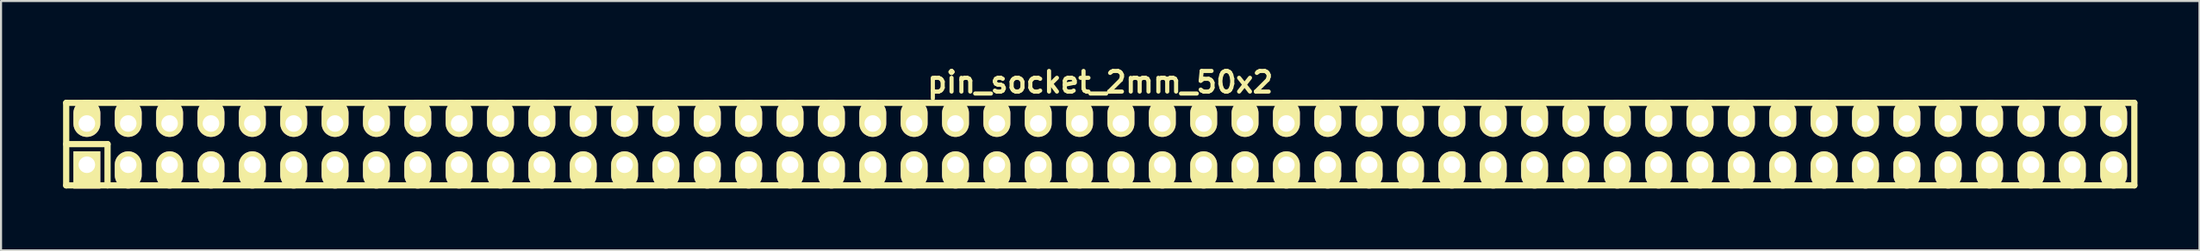
<source format=kicad_pcb>
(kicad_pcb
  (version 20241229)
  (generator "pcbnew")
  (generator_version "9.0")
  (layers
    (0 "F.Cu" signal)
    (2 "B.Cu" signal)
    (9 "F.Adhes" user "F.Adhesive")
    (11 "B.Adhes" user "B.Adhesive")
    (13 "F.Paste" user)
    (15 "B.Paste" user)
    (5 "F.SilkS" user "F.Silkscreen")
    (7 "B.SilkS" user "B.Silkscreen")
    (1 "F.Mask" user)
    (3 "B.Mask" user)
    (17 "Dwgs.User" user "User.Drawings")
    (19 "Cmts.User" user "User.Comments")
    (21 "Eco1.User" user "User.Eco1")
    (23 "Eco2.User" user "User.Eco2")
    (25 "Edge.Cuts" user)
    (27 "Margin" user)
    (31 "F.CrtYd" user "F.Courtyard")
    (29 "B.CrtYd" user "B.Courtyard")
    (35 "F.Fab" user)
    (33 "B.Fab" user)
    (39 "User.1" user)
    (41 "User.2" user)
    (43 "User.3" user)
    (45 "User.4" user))
  (footprint "pin_socket_2mm_50x2"
    (layer "F.Cu")
    (at 50.15 3.936)
    (property "Reference" "pin_socket_2mm_50x2" (at 0 -3 0) (layer "F.SilkS") (effects (font (size 1 1) (thickness 0.2))))
    (attr through_hole)
    (fp_line (start -50 -2) (end 50 -2) (stroke (width 0.3) (type solid)) (layer "F.SilkS"))
    (fp_line (start -50 0) (end -48 0) (stroke (width 0.3) (type solid)) (layer "F.SilkS"))
    (fp_line (start -50 2) (end -50 -2) (stroke (width 0.3) (type solid)) (layer "F.SilkS"))
    (fp_line (start -48 0) (end -48 2) (stroke (width 0.3) (type solid)) (layer "F.SilkS"))
    (fp_line (start 50 -2) (end 50 2) (stroke (width 0.3) (type solid)) (layer "F.SilkS"))
    (fp_line (start 50 2) (end -50 2) (stroke (width 0.3) (type solid)) (layer "F.SilkS"))
    (pad "1" thru_hole rect (at -49 1) (size 1.3 1.8) (drill 0.8 (offset 0 0.25)) (layers "*.Cu" "*.Mask" "F.SilkS"))
    (pad "2" thru_hole oval (at -49 -1) (size 1.3 1.8) (drill 0.8 (offset 0 -0.25)) (layers "*.Cu" "*.Mask" "F.SilkS"))
    (pad "3" thru_hole oval (at -47 1) (size 1.3 1.8) (drill 0.8 (offset 0 0.25)) (layers "*.Cu" "*.Mask" "F.SilkS"))
    (pad "4" thru_hole oval (at -47 -1) (size 1.3 1.8) (drill 0.8 (offset 0 -0.25)) (layers "*.Cu" "*.Mask" "F.SilkS"))
    (pad "5" thru_hole oval (at -45 1) (size 1.3 1.8) (drill 0.8 (offset 0 0.25)) (layers "*.Cu" "*.Mask" "F.SilkS"))
    (pad "6" thru_hole oval (at -45 -1) (size 1.3 1.8) (drill 0.8 (offset 0 -0.25)) (layers "*.Cu" "*.Mask" "F.SilkS"))
    (pad "7" thru_hole oval (at -43 1) (size 1.3 1.8) (drill 0.8 (offset 0 0.25)) (layers "*.Cu" "*.Mask" "F.SilkS"))
    (pad "8" thru_hole oval (at -43 -1) (size 1.3 1.8) (drill 0.8 (offset 0 -0.25)) (layers "*.Cu" "*.Mask" "F.SilkS"))
    (pad "9" thru_hole oval (at -41 1) (size 1.3 1.8) (drill 0.8 (offset 0 0.25)) (layers "*.Cu" "*.Mask" "F.SilkS"))
    (pad "10" thru_hole oval (at -41 -1) (size 1.3 1.8) (drill 0.8 (offset 0 -0.25)) (layers "*.Cu" "*.Mask" "F.SilkS"))
    (pad "11" thru_hole oval (at -39 1) (size 1.3 1.8) (drill 0.8 (offset 0 0.25)) (layers "*.Cu" "*.Mask" "F.SilkS"))
    (pad "12" thru_hole oval (at -39 -1) (size 1.3 1.8) (drill 0.8 (offset 0 -0.25)) (layers "*.Cu" "*.Mask" "F.SilkS"))
    (pad "13" thru_hole oval (at -37 1) (size 1.3 1.8) (drill 0.8 (offset 0 0.25)) (layers "*.Cu" "*.Mask" "F.SilkS"))
    (pad "14" thru_hole oval (at -37 -1) (size 1.3 1.8) (drill 0.8 (offset 0 -0.25)) (layers "*.Cu" "*.Mask" "F.SilkS"))
    (pad "15" thru_hole oval (at -35 1) (size 1.3 1.8) (drill 0.8 (offset 0 0.25)) (layers "*.Cu" "*.Mask" "F.SilkS"))
    (pad "16" thru_hole oval (at -35 -1) (size 1.3 1.8) (drill 0.8 (offset 0 -0.25)) (layers "*.Cu" "*.Mask" "F.SilkS"))
    (pad "17" thru_hole oval (at -33 1) (size 1.3 1.8) (drill 0.8 (offset 0 0.25)) (layers "*.Cu" "*.Mask" "F.SilkS"))
    (pad "18" thru_hole oval (at -33 -1) (size 1.3 1.8) (drill 0.8 (offset 0 -0.25)) (layers "*.Cu" "*.Mask" "F.SilkS"))
    (pad "19" thru_hole oval (at -31 1) (size 1.3 1.8) (drill 0.8 (offset 0 0.25)) (layers "*.Cu" "*.Mask" "F.SilkS"))
    (pad "20" thru_hole oval (at -31 -1) (size 1.3 1.8) (drill 0.8 (offset 0 -0.25)) (layers "*.Cu" "*.Mask" "F.SilkS"))
    (pad "21" thru_hole oval (at -29 1) (size 1.3 1.8) (drill 0.8 (offset 0 0.25)) (layers "*.Cu" "*.Mask" "F.SilkS"))
    (pad "22" thru_hole oval (at -29 -1) (size 1.3 1.8) (drill 0.8 (offset 0 -0.25)) (layers "*.Cu" "*.Mask" "F.SilkS"))
    (pad "23" thru_hole oval (at -27 1) (size 1.3 1.8) (drill 0.8 (offset 0 0.25)) (layers "*.Cu" "*.Mask" "F.SilkS"))
    (pad "24" thru_hole oval (at -27 -1) (size 1.3 1.8) (drill 0.8 (offset 0 -0.25)) (layers "*.Cu" "*.Mask" "F.SilkS"))
    (pad "25" thru_hole oval (at -25 1) (size 1.3 1.8) (drill 0.8 (offset 0 0.25)) (layers "*.Cu" "*.Mask" "F.SilkS"))
    (pad "26" thru_hole oval (at -25 -1) (size 1.3 1.8) (drill 0.8 (offset 0 -0.25)) (layers "*.Cu" "*.Mask" "F.SilkS"))
    (pad "27" thru_hole oval (at -23 1) (size 1.3 1.8) (drill 0.8 (offset 0 0.25)) (layers "*.Cu" "*.Mask" "F.SilkS"))
    (pad "28" thru_hole oval (at -23 -1) (size 1.3 1.8) (drill 0.8 (offset 0 -0.25)) (layers "*.Cu" "*.Mask" "F.SilkS"))
    (pad "29" thru_hole oval (at -21 1) (size 1.3 1.8) (drill 0.8 (offset 0 0.25)) (layers "*.Cu" "*.Mask" "F.SilkS"))
    (pad "30" thru_hole oval (at -21 -1) (size 1.3 1.8) (drill 0.8 (offset 0 -0.25)) (layers "*.Cu" "*.Mask" "F.SilkS"))
    (pad "31" thru_hole oval (at -19 1) (size 1.3 1.8) (drill 0.8 (offset 0 0.25)) (layers "*.Cu" "*.Mask" "F.SilkS"))
    (pad "32" thru_hole oval (at -19 -1) (size 1.3 1.8) (drill 0.8 (offset 0 -0.25)) (layers "*.Cu" "*.Mask" "F.SilkS"))
    (pad "33" thru_hole oval (at -17 1) (size 1.3 1.8) (drill 0.8 (offset 0 0.25)) (layers "*.Cu" "*.Mask" "F.SilkS"))
    (pad "34" thru_hole oval (at -17 -1) (size 1.3 1.8) (drill 0.8 (offset 0 -0.25)) (layers "*.Cu" "*.Mask" "F.SilkS"))
    (pad "35" thru_hole oval (at -15 1) (size 1.3 1.8) (drill 0.8 (offset 0 0.25)) (layers "*.Cu" "*.Mask" "F.SilkS"))
    (pad "36" thru_hole oval (at -15 -1) (size 1.3 1.8) (drill 0.8 (offset 0 -0.25)) (layers "*.Cu" "*.Mask" "F.SilkS"))
    (pad "37" thru_hole oval (at -13 1) (size 1.3 1.8) (drill 0.8 (offset 0 0.25)) (layers "*.Cu" "*.Mask" "F.SilkS"))
    (pad "38" thru_hole oval (at -13 -1) (size 1.3 1.8) (drill 0.8 (offset 0 -0.25)) (layers "*.Cu" "*.Mask" "F.SilkS"))
    (pad "39" thru_hole oval (at -11 1) (size 1.3 1.8) (drill 0.8 (offset 0 0.25)) (layers "*.Cu" "*.Mask" "F.SilkS"))
    (pad "40" thru_hole oval (at -11 -1) (size 1.3 1.8) (drill 0.8 (offset 0 -0.25)) (layers "*.Cu" "*.Mask" "F.SilkS"))
    (pad "41" thru_hole oval (at -9 1) (size 1.3 1.8) (drill 0.8 (offset 0 0.25)) (layers "*.Cu" "*.Mask" "F.SilkS"))
    (pad "42" thru_hole oval (at -9 -1) (size 1.3 1.8) (drill 0.8 (offset 0 -0.25)) (layers "*.Cu" "*.Mask" "F.SilkS"))
    (pad "43" thru_hole oval (at -7 1) (size 1.3 1.8) (drill 0.8 (offset 0 0.25)) (layers "*.Cu" "*.Mask" "F.SilkS"))
    (pad "44" thru_hole oval (at -7 -1) (size 1.3 1.8) (drill 0.8 (offset 0 -0.25)) (layers "*.Cu" "*.Mask" "F.SilkS"))
    (pad "45" thru_hole oval (at -5 1) (size 1.3 1.8) (drill 0.8 (offset 0 0.25)) (layers "*.Cu" "*.Mask" "F.SilkS"))
    (pad "46" thru_hole oval (at -5 -1) (size 1.3 1.8) (drill 0.8 (offset 0 -0.25)) (layers "*.Cu" "*.Mask" "F.SilkS"))
    (pad "47" thru_hole oval (at -3 1) (size 1.3 1.8) (drill 0.8 (offset 0 0.25)) (layers "*.Cu" "*.Mask" "F.SilkS"))
    (pad "48" thru_hole oval (at -3 -1) (size 1.3 1.8) (drill 0.8 (offset 0 -0.25)) (layers "*.Cu" "*.Mask" "F.SilkS"))
    (pad "49" thru_hole oval (at -1 1) (size 1.3 1.8) (drill 0.8 (offset 0 0.25)) (layers "*.Cu" "*.Mask" "F.SilkS"))
    (pad "50" thru_hole oval (at -1 -1) (size 1.3 1.8) (drill 0.8 (offset 0 -0.25)) (layers "*.Cu" "*.Mask" "F.SilkS"))
    (pad "51" thru_hole oval (at 1 1) (size 1.3 1.8) (drill 0.8 (offset 0 0.25)) (layers "*.Cu" "*.Mask" "F.SilkS"))
    (pad "52" thru_hole oval (at 1 -1) (size 1.3 1.8) (drill 0.8 (offset 0 -0.25)) (layers "*.Cu" "*.Mask" "F.SilkS"))
    (pad "53" thru_hole oval (at 3 1) (size 1.3 1.8) (drill 0.8 (offset 0 0.25)) (layers "*.Cu" "*.Mask" "F.SilkS"))
    (pad "54" thru_hole oval (at 3 -1) (size 1.3 1.8) (drill 0.8 (offset 0 -0.25)) (layers "*.Cu" "*.Mask" "F.SilkS"))
    (pad "55" thru_hole oval (at 5 1) (size 1.3 1.8) (drill 0.8 (offset 0 0.25)) (layers "*.Cu" "*.Mask" "F.SilkS"))
    (pad "56" thru_hole oval (at 5 -1) (size 1.3 1.8) (drill 0.8 (offset 0 -0.25)) (layers "*.Cu" "*.Mask" "F.SilkS"))
    (pad "57" thru_hole oval (at 7 1) (size 1.3 1.8) (drill 0.8 (offset 0 0.25)) (layers "*.Cu" "*.Mask" "F.SilkS"))
    (pad "58" thru_hole oval (at 7 -1) (size 1.3 1.8) (drill 0.8 (offset 0 -0.25)) (layers "*.Cu" "*.Mask" "F.SilkS"))
    (pad "59" thru_hole oval (at 9 1) (size 1.3 1.8) (drill 0.8 (offset 0 0.25)) (layers "*.Cu" "*.Mask" "F.SilkS"))
    (pad "60" thru_hole oval (at 9 -1) (size 1.3 1.8) (drill 0.8 (offset 0 -0.25)) (layers "*.Cu" "*.Mask" "F.SilkS"))
    (pad "61" thru_hole oval (at 11 1) (size 1.3 1.8) (drill 0.8 (offset 0 0.25)) (layers "*.Cu" "*.Mask" "F.SilkS"))
    (pad "62" thru_hole oval (at 11 -1) (size 1.3 1.8) (drill 0.8 (offset 0 -0.25)) (layers "*.Cu" "*.Mask" "F.SilkS"))
    (pad "63" thru_hole oval (at 13 1) (size 1.3 1.8) (drill 0.8 (offset 0 0.25)) (layers "*.Cu" "*.Mask" "F.SilkS"))
    (pad "64" thru_hole oval (at 13 -1) (size 1.3 1.8) (drill 0.8 (offset 0 -0.25)) (layers "*.Cu" "*.Mask" "F.SilkS"))
    (pad "65" thru_hole oval (at 15 1) (size 1.3 1.8) (drill 0.8 (offset 0 0.25)) (layers "*.Cu" "*.Mask" "F.SilkS"))
    (pad "66" thru_hole oval (at 15 -1) (size 1.3 1.8) (drill 0.8 (offset 0 -0.25)) (layers "*.Cu" "*.Mask" "F.SilkS"))
    (pad "67" thru_hole oval (at 17 1) (size 1.3 1.8) (drill 0.8 (offset 0 0.25)) (layers "*.Cu" "*.Mask" "F.SilkS"))
    (pad "68" thru_hole oval (at 17 -1) (size 1.3 1.8) (drill 0.8 (offset 0 -0.25)) (layers "*.Cu" "*.Mask" "F.SilkS"))
    (pad "69" thru_hole oval (at 19 1) (size 1.3 1.8) (drill 0.8 (offset 0 0.25)) (layers "*.Cu" "*.Mask" "F.SilkS"))
    (pad "70" thru_hole oval (at 19 -1) (size 1.3 1.8) (drill 0.8 (offset 0 -0.25)) (layers "*.Cu" "*.Mask" "F.SilkS"))
    (pad "71" thru_hole oval (at 21 1) (size 1.3 1.8) (drill 0.8 (offset 0 0.25)) (layers "*.Cu" "*.Mask" "F.SilkS"))
    (pad "72" thru_hole oval (at 21 -1) (size 1.3 1.8) (drill 0.8 (offset 0 -0.25)) (layers "*.Cu" "*.Mask" "F.SilkS"))
    (pad "73" thru_hole oval (at 23 1) (size 1.3 1.8) (drill 0.8 (offset 0 0.25)) (layers "*.Cu" "*.Mask" "F.SilkS"))
    (pad "74" thru_hole oval (at 23 -1) (size 1.3 1.8) (drill 0.8 (offset 0 -0.25)) (layers "*.Cu" "*.Mask" "F.SilkS"))
    (pad "75" thru_hole oval (at 25 1) (size 1.3 1.8) (drill 0.8 (offset 0 0.25)) (layers "*.Cu" "*.Mask" "F.SilkS"))
    (pad "76" thru_hole oval (at 25 -1) (size 1.3 1.8) (drill 0.8 (offset 0 -0.25)) (layers "*.Cu" "*.Mask" "F.SilkS"))
    (pad "77" thru_hole oval (at 27 1) (size 1.3 1.8) (drill 0.8 (offset 0 0.25)) (layers "*.Cu" "*.Mask" "F.SilkS"))
    (pad "78" thru_hole oval (at 27 -1) (size 1.3 1.8) (drill 0.8 (offset 0 -0.25)) (layers "*.Cu" "*.Mask" "F.SilkS"))
    (pad "79" thru_hole oval (at 29 1) (size 1.3 1.8) (drill 0.8 (offset 0 0.25)) (layers "*.Cu" "*.Mask" "F.SilkS"))
    (pad "80" thru_hole oval (at 29 -1) (size 1.3 1.8) (drill 0.8 (offset 0 -0.25)) (layers "*.Cu" "*.Mask" "F.SilkS"))
    (pad "81" thru_hole oval (at 31 1) (size 1.3 1.8) (drill 0.8 (offset 0 0.25)) (layers "*.Cu" "*.Mask" "F.SilkS"))
    (pad "82" thru_hole oval (at 31 -1) (size 1.3 1.8) (drill 0.8 (offset 0 -0.25)) (layers "*.Cu" "*.Mask" "F.SilkS"))
    (pad "83" thru_hole oval (at 33 1) (size 1.3 1.8) (drill 0.8 (offset 0 0.25)) (layers "*.Cu" "*.Mask" "F.SilkS"))
    (pad "84" thru_hole oval (at 33 -1) (size 1.3 1.8) (drill 0.8 (offset 0 -0.25)) (layers "*.Cu" "*.Mask" "F.SilkS"))
    (pad "85" thru_hole oval (at 35 1) (size 1.3 1.8) (drill 0.8 (offset 0 0.25)) (layers "*.Cu" "*.Mask" "F.SilkS"))
    (pad "86" thru_hole oval (at 35 -1) (size 1.3 1.8) (drill 0.8 (offset 0 -0.25)) (layers "*.Cu" "*.Mask" "F.SilkS"))
    (pad "87" thru_hole oval (at 37 1) (size 1.3 1.8) (drill 0.8 (offset 0 0.25)) (layers "*.Cu" "*.Mask" "F.SilkS"))
    (pad "88" thru_hole oval (at 37 -1) (size 1.3 1.8) (drill 0.8 (offset 0 -0.25)) (layers "*.Cu" "*.Mask" "F.SilkS"))
    (pad "89" thru_hole oval (at 39 1) (size 1.3 1.8) (drill 0.8 (offset 0 0.25)) (layers "*.Cu" "*.Mask" "F.SilkS"))
    (pad "90" thru_hole oval (at 39 -1) (size 1.3 1.8) (drill 0.8 (offset 0 -0.25)) (layers "*.Cu" "*.Mask" "F.SilkS"))
    (pad "91" thru_hole oval (at 41 1) (size 1.3 1.8) (drill 0.8 (offset 0 0.25)) (layers "*.Cu" "*.Mask" "F.SilkS"))
    (pad "92" thru_hole oval (at 41 -1) (size 1.3 1.8) (drill 0.8 (offset 0 -0.25)) (layers "*.Cu" "*.Mask" "F.SilkS"))
    (pad "93" thru_hole oval (at 43 1) (size 1.3 1.8) (drill 0.8 (offset 0 0.25)) (layers "*.Cu" "*.Mask" "F.SilkS"))
    (pad "94" thru_hole oval (at 43 -1) (size 1.3 1.8) (drill 0.8 (offset 0 -0.25)) (layers "*.Cu" "*.Mask" "F.SilkS"))
    (pad "95" thru_hole oval (at 45 1) (size 1.3 1.8) (drill 0.8 (offset 0 0.25)) (layers "*.Cu" "*.Mask" "F.SilkS"))
    (pad "96" thru_hole oval (at 45 -1) (size 1.3 1.8) (drill 0.8 (offset 0 -0.25)) (layers "*.Cu" "*.Mask" "F.SilkS"))
    (pad "97" thru_hole oval (at 47 1) (size 1.3 1.8) (drill 0.8 (offset 0 0.25)) (layers "*.Cu" "*.Mask" "F.SilkS"))
    (pad "98" thru_hole oval (at 47 -1) (size 1.3 1.8) (drill 0.8 (offset 0 -0.25)) (layers "*.Cu" "*.Mask" "F.SilkS"))
    (pad "99" thru_hole oval (at 49 1) (size 1.3 1.8) (drill 0.8 (offset 0 0.25)) (layers "*.Cu" "*.Mask" "F.SilkS"))
    (pad "100" thru_hole oval (at 49 -1) (size 1.3 1.8) (drill 0.8 (offset 0 -0.25)) (layers "*.Cu" "*.Mask" "F.SilkS")))
  (gr_rect
    (start -3 -3)
    (end 103.3 9.086)
    (stroke (width 0.1) (type default))
    (fill no)
    (layer "Edge.Cuts")))
</source>
